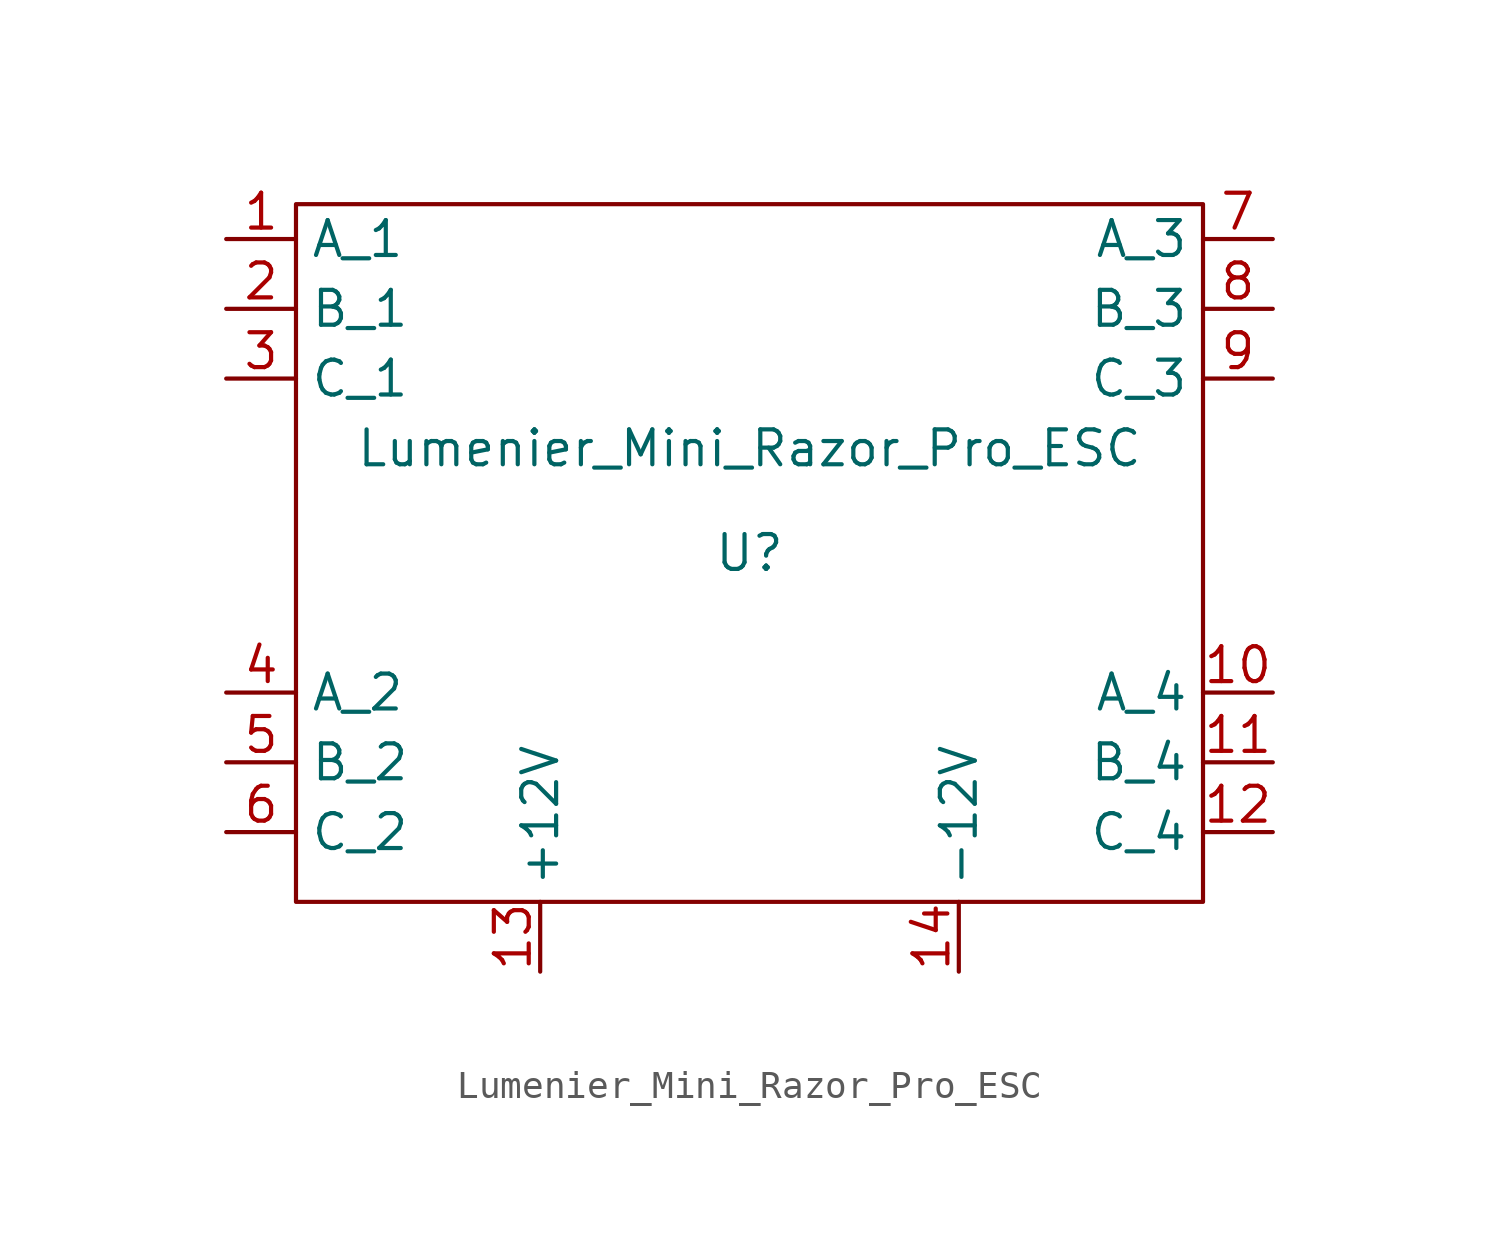
<source format=kicad_sym>
(kicad_symbol_lib
  (version 20211014)
  (generator kicad_symbol_editor)
  (symbol "Lumenier_Mini_Razor_Pro_ESC"
    (property "Reference" "U"
      (at 0 0 0)
      (effects (font (size 1.27 1.27))))
    (property "Value" "Lumenier_Mini_Razor_Pro_ESC"
      (at 0 3.81 0)
      (effects (font (size 1.27 1.27))))
    (symbol "Lumenier_Mini_Razor_Pro_ESC_0_1"
      (rectangle (start -16.51 12.7) (end 16.51 -12.7) (stroke (width 0) (type default) (color 0 0 0 0)) (fill (type none))))
    (symbol "Lumenier_Mini_Razor_Pro_ESC_1_1"
      (pin input line (at -19.05 11.43 0) (length 2.54) (name "A_1" (effects (font (size 1.27 1.27)))) (number "1" (effects (font (size 1.27 1.27)))))
      (pin input line (at 19.05 -5.08 180) (length 2.54) (name "A_4" (effects (font (size 1.27 1.27)))) (number "10" (effects (font (size 1.27 1.27)))))
      (pin input line (at 19.05 -7.62 180) (length 2.54) (name "B_4" (effects (font (size 1.27 1.27)))) (number "11" (effects (font (size 1.27 1.27)))))
      (pin input line (at 19.05 -10.16 180) (length 2.54) (name "C_4" (effects (font (size 1.27 1.27)))) (number "12" (effects (font (size 1.27 1.27)))))
      (pin input line (at -7.62 -15.24 90) (length 2.54) (name "+12V" (effects (font (size 1.27 1.27)))) (number "13" (effects (font (size 1.27 1.27)))))
      (pin input line (at 7.62 -15.24 90) (length 2.54) (name "-12V" (effects (font (size 1.27 1.27)))) (number "14" (effects (font (size 1.27 1.27)))))
      (pin input line (at -19.05 8.89 0) (length 2.54) (name "B_1" (effects (font (size 1.27 1.27)))) (number "2" (effects (font (size 1.27 1.27)))))
      (pin input line (at -19.05 6.35 0) (length 2.54) (name "C_1" (effects (font (size 1.27 1.27)))) (number "3" (effects (font (size 1.27 1.27)))))
      (pin input line (at -19.05 -5.08 0) (length 2.54) (name "A_2" (effects (font (size 1.27 1.27)))) (number "4" (effects (font (size 1.27 1.27)))))
      (pin input line (at -19.05 -7.62 0) (length 2.54) (name "B_2" (effects (font (size 1.27 1.27)))) (number "5" (effects (font (size 1.27 1.27)))))
      (pin input line (at -19.05 -10.16 0) (length 2.54) (name "C_2" (effects (font (size 1.27 1.27)))) (number "6" (effects (font (size 1.27 1.27)))))
      (pin input line (at 19.05 11.43 180) (length 2.54) (name "A_3" (effects (font (size 1.27 1.27)))) (number "7" (effects (font (size 1.27 1.27)))))
      (pin input line (at 19.05 8.89 180) (length 2.54) (name "B_3" (effects (font (size 1.27 1.27)))) (number "8" (effects (font (size 1.27 1.27)))))
      (pin input line (at 19.05 6.35 180) (length 2.54) (name "C_3" (effects (font (size 1.27 1.27)))) (number "9" (effects (font (size 1.27 1.27))))))))
</source>
